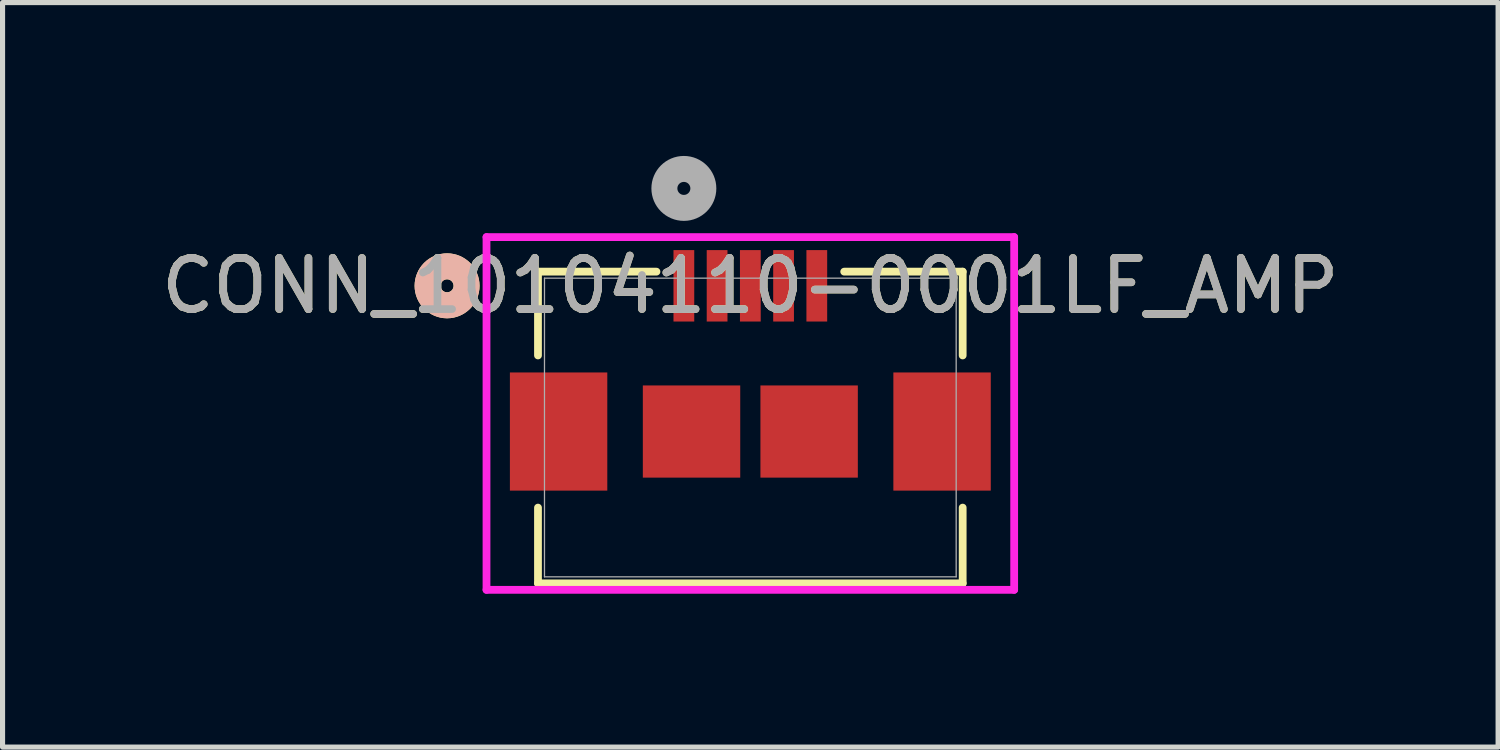
<source format=kicad_pcb>
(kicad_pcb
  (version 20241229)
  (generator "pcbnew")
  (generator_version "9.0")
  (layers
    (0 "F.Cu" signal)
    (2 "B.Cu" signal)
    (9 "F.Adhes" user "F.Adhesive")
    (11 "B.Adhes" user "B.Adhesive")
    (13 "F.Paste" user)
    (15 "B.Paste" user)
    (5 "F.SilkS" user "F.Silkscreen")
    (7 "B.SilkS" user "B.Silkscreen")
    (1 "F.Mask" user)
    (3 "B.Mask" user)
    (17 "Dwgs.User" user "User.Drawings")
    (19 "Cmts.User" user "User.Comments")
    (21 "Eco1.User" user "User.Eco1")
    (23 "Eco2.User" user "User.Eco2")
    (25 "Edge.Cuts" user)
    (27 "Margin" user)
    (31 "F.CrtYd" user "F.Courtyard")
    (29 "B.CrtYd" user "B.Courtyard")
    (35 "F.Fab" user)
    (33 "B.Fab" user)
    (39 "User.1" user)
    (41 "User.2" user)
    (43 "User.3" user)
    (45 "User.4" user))
  (footprint "CONN_10104110-0001LF_AMP"
    (layer "F.Cu")
    (at 11.625 5.311)
    (property "Reference" "CONN_10104110-0001LF_AMP" (at 0 -2.771 0) (unlocked yes) (layer "F.SilkS") (effects (font (size 1 1) (thickness 0.15))))
    (attr smd)
    (fp_line (start -4.153 -3.048) (end -4.153 -1.409) (stroke (width 0.152) (type solid)) (layer "F.SilkS"))
    (fp_line (start -4.153 1.567) (end -4.153 3.048) (stroke (width 0.152) (type solid)) (layer "F.SilkS"))
    (fp_line (start -4.153 3.048) (end 4.153 3.048) (stroke (width 0.152) (type solid)) (layer "F.SilkS"))
    (fp_line (start -1.836 -3.048) (end -4.153 -3.048) (stroke (width 0.152) (type solid)) (layer "F.SilkS"))
    (fp_line (start 4.153 -3.048) (end 1.836 -3.048) (stroke (width 0.152) (type solid)) (layer "F.SilkS"))
    (fp_line (start 4.153 -1.409) (end 4.153 -3.048) (stroke (width 0.152) (type solid)) (layer "F.SilkS"))
    (fp_line (start 4.153 3.048) (end 4.153 1.567) (stroke (width 0.152) (type solid)) (layer "F.SilkS"))
    (fp_circle (center -5.931 -2.771) (end -5.55 -2.771) (stroke (width 0.508) (type solid)) (fill no) (layer "F.SilkS"))
    (fp_circle (center -5.931 -2.771) (end -5.55 -2.771) (stroke (width 0.508) (type solid)) (fill no) (layer "B.SilkS"))
    (fp_line (start -5.16 -3.724) (end -5.16 3.175) (stroke (width 0.152) (type solid)) (layer "F.CrtYd"))
    (fp_line (start -5.16 3.175) (end 5.16 3.175) (stroke (width 0.152) (type solid)) (layer "F.CrtYd"))
    (fp_line (start 5.16 -3.724) (end -5.16 -3.724) (stroke (width 0.152) (type solid)) (layer "F.CrtYd"))
    (fp_line (start 5.16 3.175) (end 5.16 -3.724) (stroke (width 0.152) (type solid)) (layer "F.CrtYd"))
    (fp_line (start -4.026 -2.921) (end -4.026 2.921) (stroke (width 0.025) (type solid)) (layer "F.Fab"))
    (fp_line (start -4.026 2.921) (end 4.026 2.921) (stroke (width 0.025) (type solid)) (layer "F.Fab"))
    (fp_line (start 4.026 -2.921) (end -4.026 -2.921) (stroke (width 0.025) (type solid)) (layer "F.Fab"))
    (fp_line (start 4.026 2.921) (end 4.026 -2.921) (stroke (width 0.025) (type solid)) (layer "F.Fab"))
    (fp_circle (center -1.3 -4.676) (end -0.919 -4.676) (stroke (width 0.508) (type solid)) (fill no) (layer "F.Fab"))
    (fp_text user "${REFERENCE}" (at 0 -2.771 0) (unlocked yes) (layer "F.Fab") (effects (font (size 1 1) (thickness 0.15))))
    (pad "1" smd rect (at -1.3 -2.771) (size 0.406 1.397) (layers "F.Cu" "F.Mask" "F.Paste"))
    (pad "2" smd rect (at -0.65 -2.771) (size 0.406 1.397) (layers "F.Cu" "F.Mask" "F.Paste"))
    (pad "3" smd rect (at 0 -2.771) (size 0.406 1.397) (layers "F.Cu" "F.Mask" "F.Paste"))
    (pad "4" smd rect (at 0.65 -2.771) (size 0.406 1.397) (layers "F.Cu" "F.Mask" "F.Paste"))
    (pad "5" smd rect (at 1.3 -2.771) (size 0.406 1.397) (layers "F.Cu" "F.Mask" "F.Paste"))
    (pad "6" smd rect (at -3.75 0.079 90) (size 2.311 1.905) (layers "F.Cu" "F.Mask" "F.Paste"))
    (pad "7" smd rect (at 3.75 0.079 90) (size 2.311 1.905) (layers "F.Cu" "F.Mask" "F.Paste"))
    (pad "8" smd rect (at -1.15 0.079 90) (size 1.803 1.905) (layers "F.Cu" "F.Mask" "F.Paste"))
    (pad "9" smd rect (at 1.15 0.079 90) (size 1.803 1.905) (layers "F.Cu" "F.Mask" "F.Paste")))
  (gr_rect
    (start -3 -3)
    (end 26.25 11.562)
    (stroke (width 0.1) (type default))
    (fill no)
    (layer "Edge.Cuts")))
</source>
